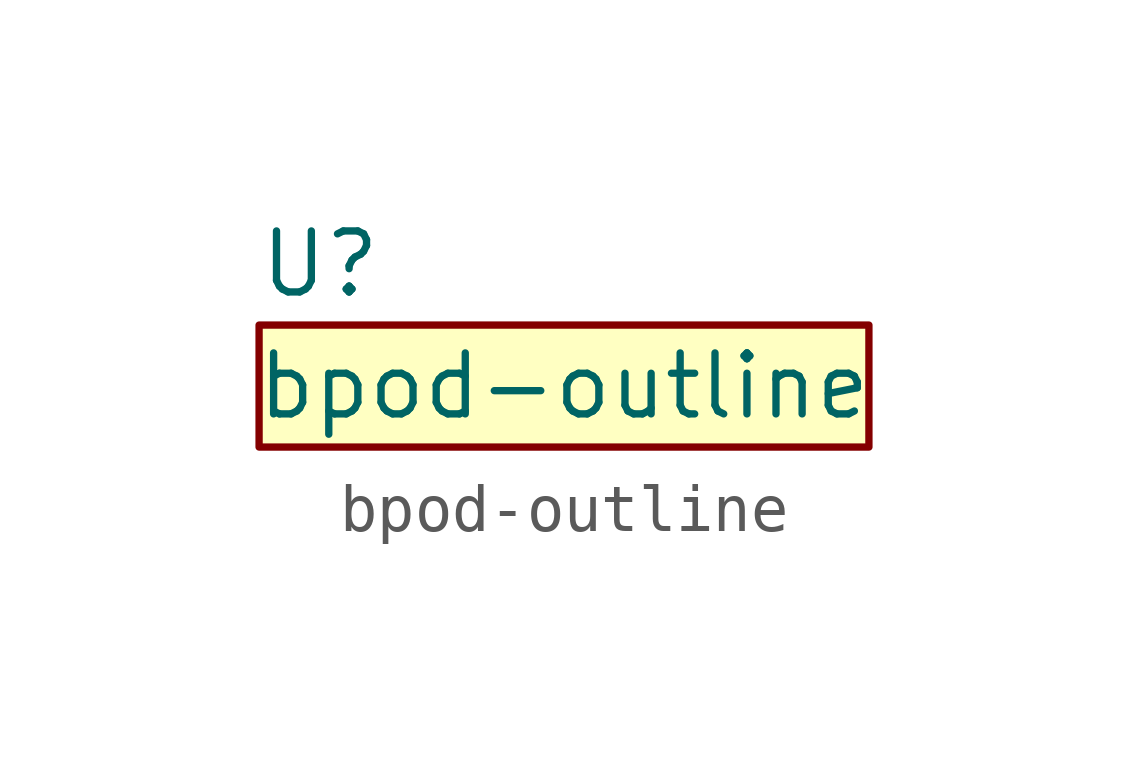
<source format=kicad_sym>
(kicad_symbol_lib
  (version 20211014)
  (generator kicad_symbol_editor)
  (symbol "bpod-outline"
    (property "Reference" "U"
      (at -5.08 2.54 0)
      (effects (font (size 1.27 1.27))))
    (property "Value" "bpod-outline"
      (at 0 0 0)
      (effects (font (size 1.27 1.27))))
    (symbol "bpod-outline_0_1"
      (rectangle (start -6.35 1.27) (end 6.35 -1.27) (stroke (width 0) (type default) (color 0 0 0 0)) (fill (type background))))))
</source>
